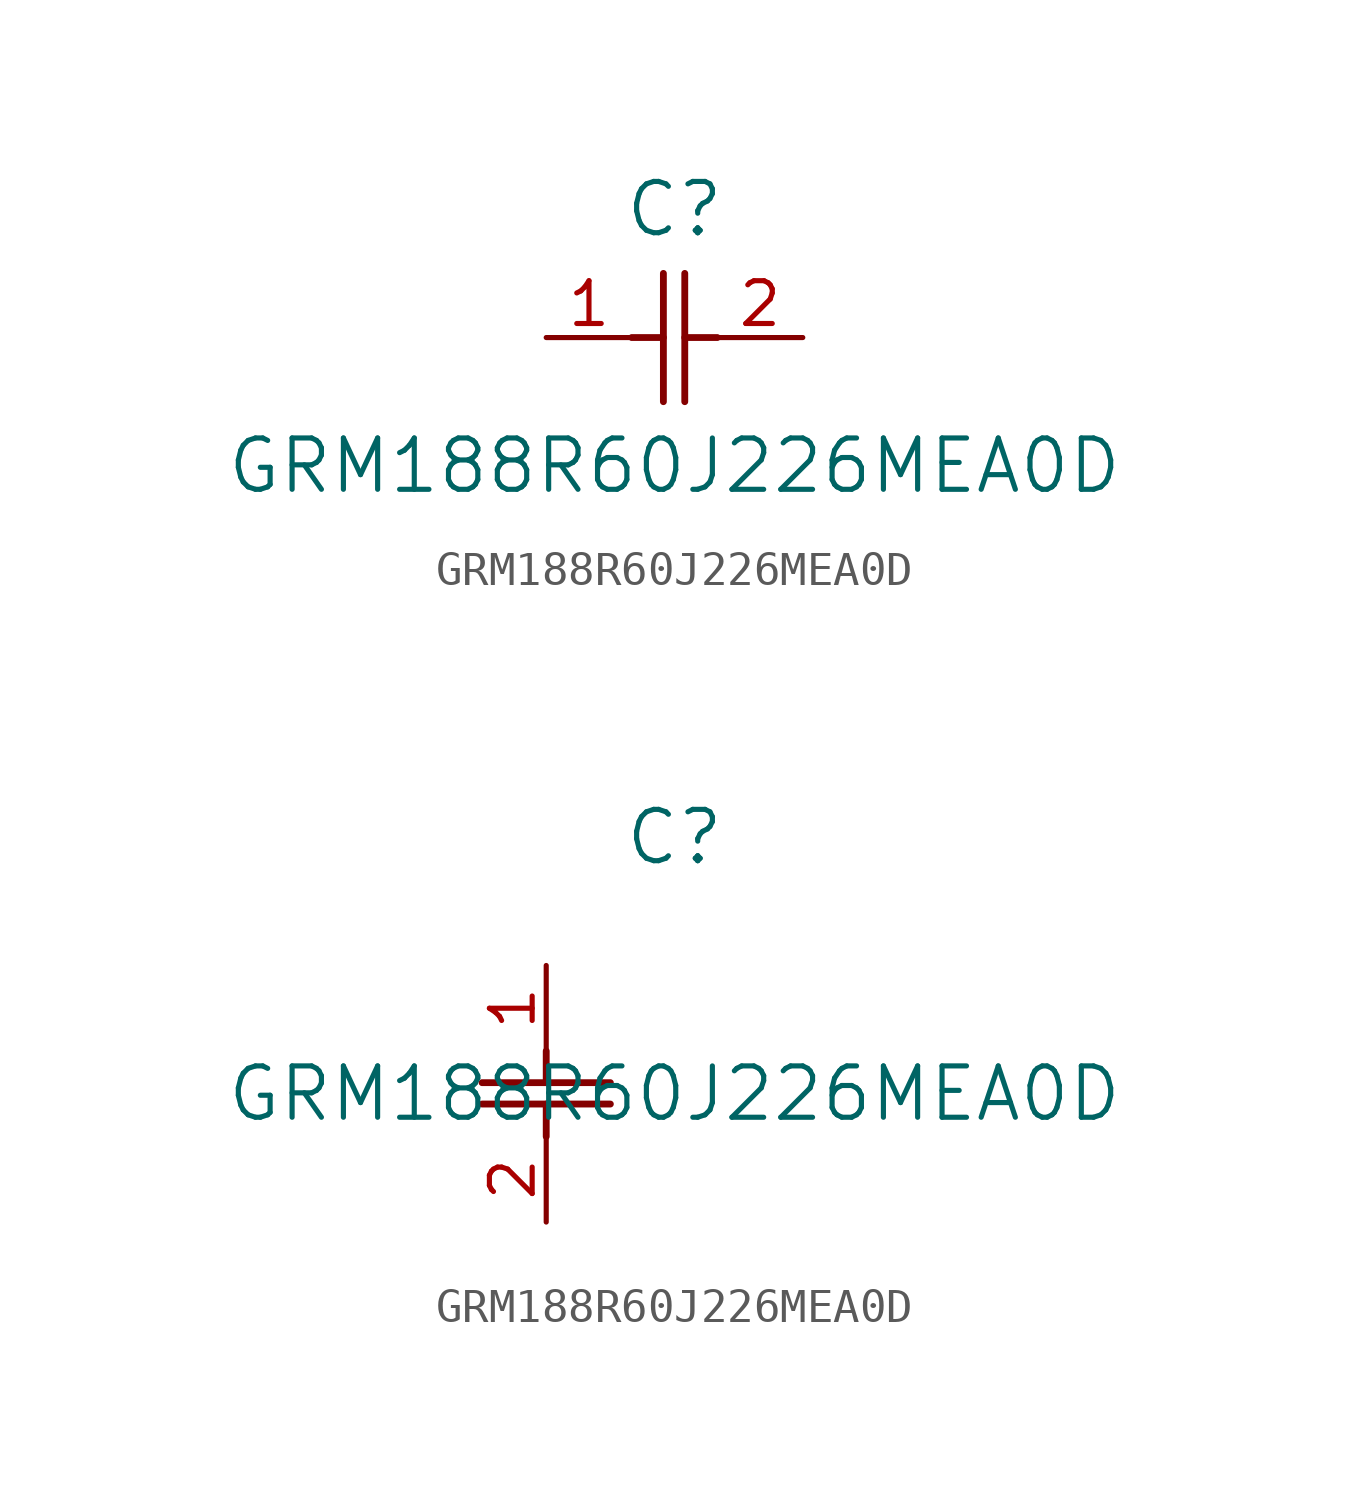
<source format=kicad_sym>
(kicad_symbol_lib
  (version 20211014)
  (generator kicad_symbol_editor)
  (symbol "GRM188R60J226MEA0D"
    (pin_names
      (offset 0.254))
    (property "Reference" "C"
      (at 3.81 3.81 0)
      (effects (font (size 1.524 1.524))))
    (property "Value" "GRM188R60J226MEA0D"
      (at 3.81 -3.81 0)
      (effects (font (size 1.524 1.524))))
    (symbol "GRM188R60J226MEA0D_1_1"
      (polyline (pts (xy 3.48 -1.905) (xy 3.48 1.905)) (stroke (width 0.203) (type default) (color 0 0 0 0)) (fill (type none)))
      (polyline (pts (xy 4.115 -1.905) (xy 4.115 1.905)) (stroke (width 0.203) (type default) (color 0 0 0 0)) (fill (type none)))
      (polyline (pts (xy 4.115 0) (xy 5.08 0)) (stroke (width 0.203) (type default) (color 0 0 0 0)) (fill (type none)))
      (polyline (pts (xy 2.54 0) (xy 3.48 0)) (stroke (width 0.203) (type default) (color 0 0 0 0)) (fill (type none)))
      (pin unspecified line (at 0 0 0) (length 2.54) (name "" (effects (font (size 1.27 1.27)))) (number "1" (effects (font (size 1.27 1.27)))))
      (pin unspecified line (at 7.62 0 180) (length 2.54) (name "" (effects (font (size 1.27 1.27)))) (number "2" (effects (font (size 1.27 1.27))))))
    (symbol "GRM188R60J226MEA0D_1_2"
      (polyline (pts (xy -1.905 -3.48) (xy 1.905 -3.48)) (stroke (width 0.203) (type default) (color 0 0 0 0)) (fill (type none)))
      (polyline (pts (xy -1.905 -4.115) (xy 1.905 -4.115)) (stroke (width 0.203) (type default) (color 0 0 0 0)) (fill (type none)))
      (polyline (pts (xy 0 -4.115) (xy 0 -5.08)) (stroke (width 0.203) (type default) (color 0 0 0 0)) (fill (type none)))
      (polyline (pts (xy 0 -2.54) (xy 0 -3.48)) (stroke (width 0.203) (type default) (color 0 0 0 0)) (fill (type none)))
      (pin unspecified line (at 0 0 270) (length 2.54) (name "" (effects (font (size 1.27 1.27)))) (number "1" (effects (font (size 1.27 1.27)))))
      (pin unspecified line (at 0 -7.62 90) (length 2.54) (name "" (effects (font (size 1.27 1.27)))) (number "2" (effects (font (size 1.27 1.27))))))))
</source>
